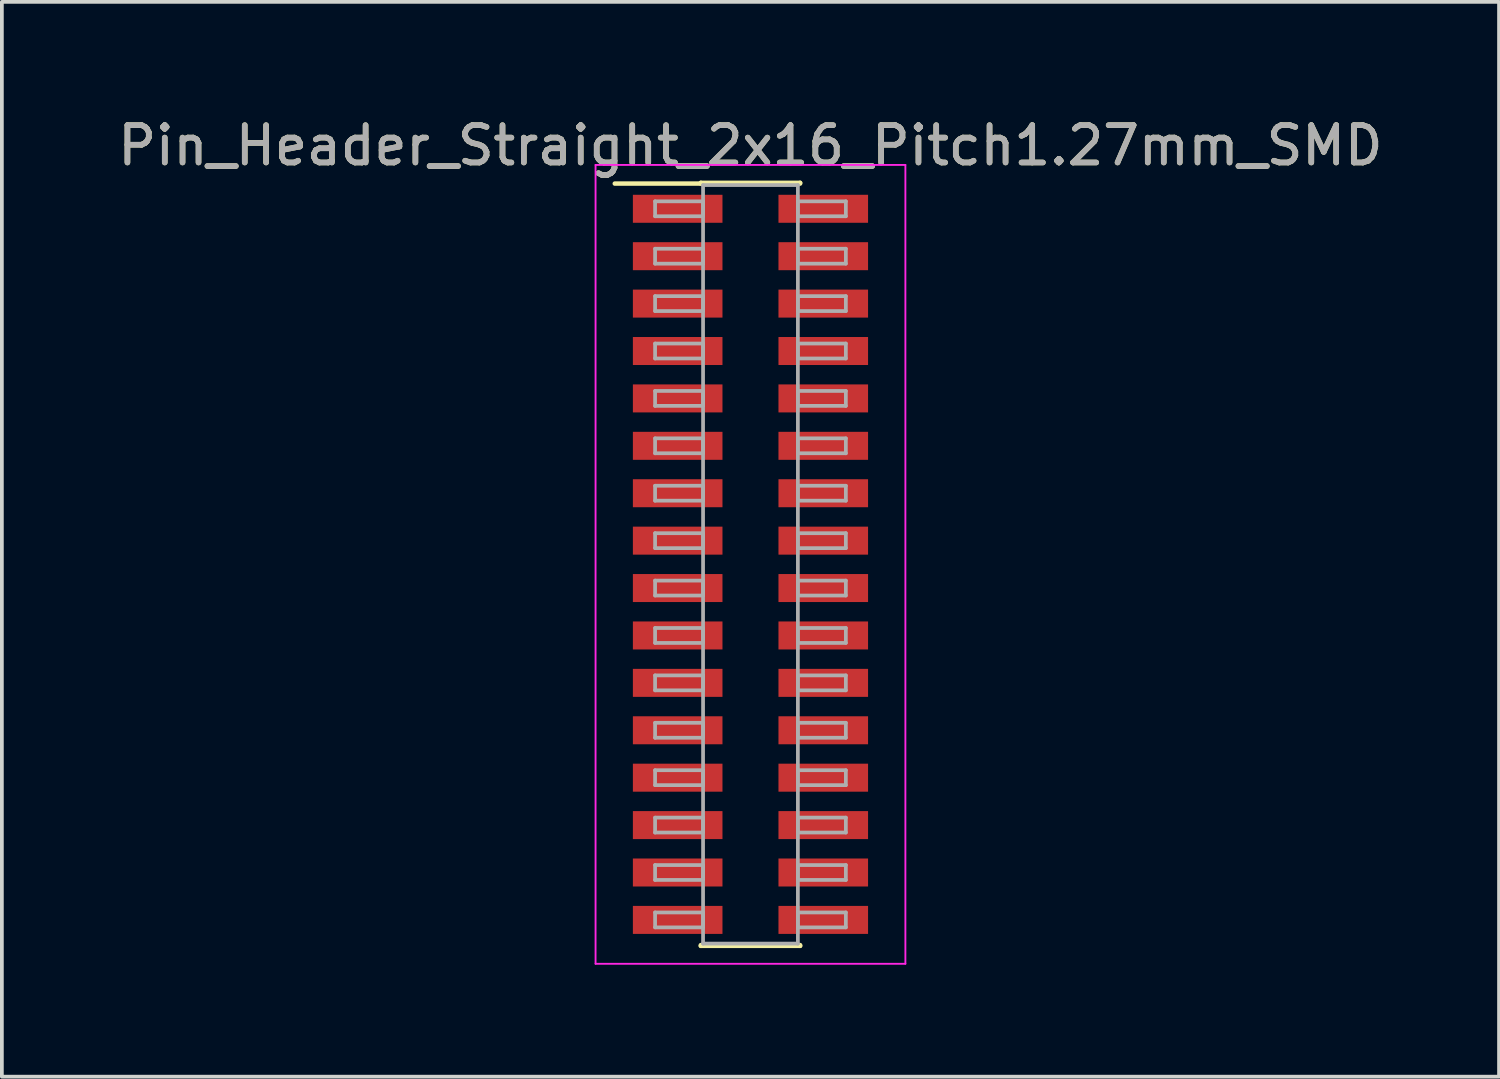
<source format=kicad_pcb>
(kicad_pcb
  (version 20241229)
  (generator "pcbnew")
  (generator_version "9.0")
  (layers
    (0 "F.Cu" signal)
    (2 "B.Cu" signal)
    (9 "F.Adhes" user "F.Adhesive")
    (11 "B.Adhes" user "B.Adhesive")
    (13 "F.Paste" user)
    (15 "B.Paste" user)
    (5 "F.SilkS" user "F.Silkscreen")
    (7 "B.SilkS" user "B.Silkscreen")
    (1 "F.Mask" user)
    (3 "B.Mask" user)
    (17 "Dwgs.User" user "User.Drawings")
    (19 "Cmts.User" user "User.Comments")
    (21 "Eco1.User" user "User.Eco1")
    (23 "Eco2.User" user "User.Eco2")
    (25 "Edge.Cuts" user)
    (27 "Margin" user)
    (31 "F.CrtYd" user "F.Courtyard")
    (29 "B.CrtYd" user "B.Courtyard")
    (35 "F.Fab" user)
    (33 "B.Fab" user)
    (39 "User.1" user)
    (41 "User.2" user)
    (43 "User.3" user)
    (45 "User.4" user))
  (footprint "Pin_Header_Straight_2x16_Pitch1.27mm_SMD"
    (layer "F.Cu")
    (at 17.054 12.068)
    (property "Reference" "Pin_Header_Straight_2x16_Pitch1.27mm_SMD" (at 0 -11.22 0) (layer "F.SilkS") (effects (font (size 1 1) (thickness 0.15))))
    (attr smd)
    (fp_line (start -3.635 -10.2) (end -1.33 -10.2) (stroke (width 0.12) (type solid)) (layer "F.SilkS"))
    (fp_line (start -1.33 -10.22) (end 1.33 -10.22) (stroke (width 0.12) (type solid)) (layer "F.SilkS"))
    (fp_line (start -1.33 -10.2) (end -1.33 -10.22) (stroke (width 0.12) (type solid)) (layer "F.SilkS"))
    (fp_line (start -1.33 10.2) (end -1.33 10.22) (stroke (width 0.12) (type solid)) (layer "F.SilkS"))
    (fp_line (start -1.33 10.22) (end 1.33 10.22) (stroke (width 0.12) (type solid)) (layer "F.SilkS"))
    (fp_line (start 1.33 -10.22) (end 1.33 -10.2) (stroke (width 0.12) (type solid)) (layer "F.SilkS"))
    (fp_line (start 1.33 10.22) (end 1.33 10.2) (stroke (width 0.12) (type solid)) (layer "F.SilkS"))
    (fp_line (start -4.15 -10.7) (end -4.15 10.7) (stroke (width 0.05) (type solid)) (layer "F.CrtYd"))
    (fp_line (start -4.15 10.7) (end 4.15 10.7) (stroke (width 0.05) (type solid)) (layer "F.CrtYd"))
    (fp_line (start 4.15 -10.7) (end -4.15 -10.7) (stroke (width 0.05) (type solid)) (layer "F.CrtYd"))
    (fp_line (start 4.15 10.7) (end 4.15 -10.7) (stroke (width 0.05) (type solid)) (layer "F.CrtYd"))
    (fp_line (start -2.555 -9.725) (end -1.27 -9.725) (stroke (width 0.1) (type solid)) (layer "F.Fab"))
    (fp_line (start -2.555 -9.325) (end -2.555 -9.725) (stroke (width 0.1) (type solid)) (layer "F.Fab"))
    (fp_line (start -2.555 -8.455) (end -1.27 -8.455) (stroke (width 0.1) (type solid)) (layer "F.Fab"))
    (fp_line (start -2.555 -8.055) (end -2.555 -8.455) (stroke (width 0.1) (type solid)) (layer "F.Fab"))
    (fp_line (start -2.555 -7.185) (end -1.27 -7.185) (stroke (width 0.1) (type solid)) (layer "F.Fab"))
    (fp_line (start -2.555 -6.785) (end -2.555 -7.185) (stroke (width 0.1) (type solid)) (layer "F.Fab"))
    (fp_line (start -2.555 -5.915) (end -1.27 -5.915) (stroke (width 0.1) (type solid)) (layer "F.Fab"))
    (fp_line (start -2.555 -5.515) (end -2.555 -5.915) (stroke (width 0.1) (type solid)) (layer "F.Fab"))
    (fp_line (start -2.555 -4.645) (end -1.27 -4.645) (stroke (width 0.1) (type solid)) (layer "F.Fab"))
    (fp_line (start -2.555 -4.245) (end -2.555 -4.645) (stroke (width 0.1) (type solid)) (layer "F.Fab"))
    (fp_line (start -2.555 -3.375) (end -1.27 -3.375) (stroke (width 0.1) (type solid)) (layer "F.Fab"))
    (fp_line (start -2.555 -2.975) (end -2.555 -3.375) (stroke (width 0.1) (type solid)) (layer "F.Fab"))
    (fp_line (start -2.555 -2.105) (end -1.27 -2.105) (stroke (width 0.1) (type solid)) (layer "F.Fab"))
    (fp_line (start -2.555 -1.705) (end -2.555 -2.105) (stroke (width 0.1) (type solid)) (layer "F.Fab"))
    (fp_line (start -2.555 -0.835) (end -1.27 -0.835) (stroke (width 0.1) (type solid)) (layer "F.Fab"))
    (fp_line (start -2.555 -0.435) (end -2.555 -0.835) (stroke (width 0.1) (type solid)) (layer "F.Fab"))
    (fp_line (start -2.555 0.435) (end -1.27 0.435) (stroke (width 0.1) (type solid)) (layer "F.Fab"))
    (fp_line (start -2.555 0.835) (end -2.555 0.435) (stroke (width 0.1) (type solid)) (layer "F.Fab"))
    (fp_line (start -2.555 1.705) (end -1.27 1.705) (stroke (width 0.1) (type solid)) (layer "F.Fab"))
    (fp_line (start -2.555 2.105) (end -2.555 1.705) (stroke (width 0.1) (type solid)) (layer "F.Fab"))
    (fp_line (start -2.555 2.975) (end -1.27 2.975) (stroke (width 0.1) (type solid)) (layer "F.Fab"))
    (fp_line (start -2.555 3.375) (end -2.555 2.975) (stroke (width 0.1) (type solid)) (layer "F.Fab"))
    (fp_line (start -2.555 4.245) (end -1.27 4.245) (stroke (width 0.1) (type solid)) (layer "F.Fab"))
    (fp_line (start -2.555 4.645) (end -2.555 4.245) (stroke (width 0.1) (type solid)) (layer "F.Fab"))
    (fp_line (start -2.555 5.515) (end -1.27 5.515) (stroke (width 0.1) (type solid)) (layer "F.Fab"))
    (fp_line (start -2.555 5.915) (end -2.555 5.515) (stroke (width 0.1) (type solid)) (layer "F.Fab"))
    (fp_line (start -2.555 6.785) (end -1.27 6.785) (stroke (width 0.1) (type solid)) (layer "F.Fab"))
    (fp_line (start -2.555 7.185) (end -2.555 6.785) (stroke (width 0.1) (type solid)) (layer "F.Fab"))
    (fp_line (start -2.555 8.055) (end -1.27 8.055) (stroke (width 0.1) (type solid)) (layer "F.Fab"))
    (fp_line (start -2.555 8.455) (end -2.555 8.055) (stroke (width 0.1) (type solid)) (layer "F.Fab"))
    (fp_line (start -2.555 9.325) (end -1.27 9.325) (stroke (width 0.1) (type solid)) (layer "F.Fab"))
    (fp_line (start -2.555 9.725) (end -2.555 9.325) (stroke (width 0.1) (type solid)) (layer "F.Fab"))
    (fp_line (start -1.27 -10.16) (end -1.27 10.16) (stroke (width 0.1) (type solid)) (layer "F.Fab"))
    (fp_line (start -1.27 -9.725) (end -1.27 -9.325) (stroke (width 0.1) (type solid)) (layer "F.Fab"))
    (fp_line (start -1.27 -9.325) (end -2.555 -9.325) (stroke (width 0.1) (type solid)) (layer "F.Fab"))
    (fp_line (start -1.27 -8.455) (end -1.27 -8.055) (stroke (width 0.1) (type solid)) (layer "F.Fab"))
    (fp_line (start -1.27 -8.055) (end -2.555 -8.055) (stroke (width 0.1) (type solid)) (layer "F.Fab"))
    (fp_line (start -1.27 -7.185) (end -1.27 -6.785) (stroke (width 0.1) (type solid)) (layer "F.Fab"))
    (fp_line (start -1.27 -6.785) (end -2.555 -6.785) (stroke (width 0.1) (type solid)) (layer "F.Fab"))
    (fp_line (start -1.27 -5.915) (end -1.27 -5.515) (stroke (width 0.1) (type solid)) (layer "F.Fab"))
    (fp_line (start -1.27 -5.515) (end -2.555 -5.515) (stroke (width 0.1) (type solid)) (layer "F.Fab"))
    (fp_line (start -1.27 -4.645) (end -1.27 -4.245) (stroke (width 0.1) (type solid)) (layer "F.Fab"))
    (fp_line (start -1.27 -4.245) (end -2.555 -4.245) (stroke (width 0.1) (type solid)) (layer "F.Fab"))
    (fp_line (start -1.27 -3.375) (end -1.27 -2.975) (stroke (width 0.1) (type solid)) (layer "F.Fab"))
    (fp_line (start -1.27 -2.975) (end -2.555 -2.975) (stroke (width 0.1) (type solid)) (layer "F.Fab"))
    (fp_line (start -1.27 -2.105) (end -1.27 -1.705) (stroke (width 0.1) (type solid)) (layer "F.Fab"))
    (fp_line (start -1.27 -1.705) (end -2.555 -1.705) (stroke (width 0.1) (type solid)) (layer "F.Fab"))
    (fp_line (start -1.27 -0.835) (end -1.27 -0.435) (stroke (width 0.1) (type solid)) (layer "F.Fab"))
    (fp_line (start -1.27 -0.435) (end -2.555 -0.435) (stroke (width 0.1) (type solid)) (layer "F.Fab"))
    (fp_line (start -1.27 0.435) (end -1.27 0.835) (stroke (width 0.1) (type solid)) (layer "F.Fab"))
    (fp_line (start -1.27 0.835) (end -2.555 0.835) (stroke (width 0.1) (type solid)) (layer "F.Fab"))
    (fp_line (start -1.27 1.705) (end -1.27 2.105) (stroke (width 0.1) (type solid)) (layer "F.Fab"))
    (fp_line (start -1.27 2.105) (end -2.555 2.105) (stroke (width 0.1) (type solid)) (layer "F.Fab"))
    (fp_line (start -1.27 2.975) (end -1.27 3.375) (stroke (width 0.1) (type solid)) (layer "F.Fab"))
    (fp_line (start -1.27 3.375) (end -2.555 3.375) (stroke (width 0.1) (type solid)) (layer "F.Fab"))
    (fp_line (start -1.27 4.245) (end -1.27 4.645) (stroke (width 0.1) (type solid)) (layer "F.Fab"))
    (fp_line (start -1.27 4.645) (end -2.555 4.645) (stroke (width 0.1) (type solid)) (layer "F.Fab"))
    (fp_line (start -1.27 5.515) (end -1.27 5.915) (stroke (width 0.1) (type solid)) (layer "F.Fab"))
    (fp_line (start -1.27 5.915) (end -2.555 5.915) (stroke (width 0.1) (type solid)) (layer "F.Fab"))
    (fp_line (start -1.27 6.785) (end -1.27 7.185) (stroke (width 0.1) (type solid)) (layer "F.Fab"))
    (fp_line (start -1.27 7.185) (end -2.555 7.185) (stroke (width 0.1) (type solid)) (layer "F.Fab"))
    (fp_line (start -1.27 8.055) (end -1.27 8.455) (stroke (width 0.1) (type solid)) (layer "F.Fab"))
    (fp_line (start -1.27 8.455) (end -2.555 8.455) (stroke (width 0.1) (type solid)) (layer "F.Fab"))
    (fp_line (start -1.27 9.325) (end -1.27 9.725) (stroke (width 0.1) (type solid)) (layer "F.Fab"))
    (fp_line (start -1.27 9.725) (end -2.555 9.725) (stroke (width 0.1) (type solid)) (layer "F.Fab"))
    (fp_line (start -1.27 10.16) (end 1.27 10.16) (stroke (width 0.1) (type solid)) (layer "F.Fab"))
    (fp_line (start 1.27 -10.16) (end -1.27 -10.16) (stroke (width 0.1) (type solid)) (layer "F.Fab"))
    (fp_line (start 1.27 -9.725) (end 1.27 -9.325) (stroke (width 0.1) (type solid)) (layer "F.Fab"))
    (fp_line (start 1.27 -9.325) (end 2.555 -9.325) (stroke (width 0.1) (type solid)) (layer "F.Fab"))
    (fp_line (start 1.27 -8.455) (end 1.27 -8.055) (stroke (width 0.1) (type solid)) (layer "F.Fab"))
    (fp_line (start 1.27 -8.055) (end 2.555 -8.055) (stroke (width 0.1) (type solid)) (layer "F.Fab"))
    (fp_line (start 1.27 -7.185) (end 1.27 -6.785) (stroke (width 0.1) (type solid)) (layer "F.Fab"))
    (fp_line (start 1.27 -6.785) (end 2.555 -6.785) (stroke (width 0.1) (type solid)) (layer "F.Fab"))
    (fp_line (start 1.27 -5.915) (end 1.27 -5.515) (stroke (width 0.1) (type solid)) (layer "F.Fab"))
    (fp_line (start 1.27 -5.515) (end 2.555 -5.515) (stroke (width 0.1) (type solid)) (layer "F.Fab"))
    (fp_line (start 1.27 -4.645) (end 1.27 -4.245) (stroke (width 0.1) (type solid)) (layer "F.Fab"))
    (fp_line (start 1.27 -4.245) (end 2.555 -4.245) (stroke (width 0.1) (type solid)) (layer "F.Fab"))
    (fp_line (start 1.27 -3.375) (end 1.27 -2.975) (stroke (width 0.1) (type solid)) (layer "F.Fab"))
    (fp_line (start 1.27 -2.975) (end 2.555 -2.975) (stroke (width 0.1) (type solid)) (layer "F.Fab"))
    (fp_line (start 1.27 -2.105) (end 1.27 -1.705) (stroke (width 0.1) (type solid)) (layer "F.Fab"))
    (fp_line (start 1.27 -1.705) (end 2.555 -1.705) (stroke (width 0.1) (type solid)) (layer "F.Fab"))
    (fp_line (start 1.27 -0.835) (end 1.27 -0.435) (stroke (width 0.1) (type solid)) (layer "F.Fab"))
    (fp_line (start 1.27 -0.435) (end 2.555 -0.435) (stroke (width 0.1) (type solid)) (layer "F.Fab"))
    (fp_line (start 1.27 0.435) (end 1.27 0.835) (stroke (width 0.1) (type solid)) (layer "F.Fab"))
    (fp_line (start 1.27 0.835) (end 2.555 0.835) (stroke (width 0.1) (type solid)) (layer "F.Fab"))
    (fp_line (start 1.27 1.705) (end 1.27 2.105) (stroke (width 0.1) (type solid)) (layer "F.Fab"))
    (fp_line (start 1.27 2.105) (end 2.555 2.105) (stroke (width 0.1) (type solid)) (layer "F.Fab"))
    (fp_line (start 1.27 2.975) (end 1.27 3.375) (stroke (width 0.1) (type solid)) (layer "F.Fab"))
    (fp_line (start 1.27 3.375) (end 2.555 3.375) (stroke (width 0.1) (type solid)) (layer "F.Fab"))
    (fp_line (start 1.27 4.245) (end 1.27 4.645) (stroke (width 0.1) (type solid)) (layer "F.Fab"))
    (fp_line (start 1.27 4.645) (end 2.555 4.645) (stroke (width 0.1) (type solid)) (layer "F.Fab"))
    (fp_line (start 1.27 5.515) (end 1.27 5.915) (stroke (width 0.1) (type solid)) (layer "F.Fab"))
    (fp_line (start 1.27 5.915) (end 2.555 5.915) (stroke (width 0.1) (type solid)) (layer "F.Fab"))
    (fp_line (start 1.27 6.785) (end 1.27 7.185) (stroke (width 0.1) (type solid)) (layer "F.Fab"))
    (fp_line (start 1.27 7.185) (end 2.555 7.185) (stroke (width 0.1) (type solid)) (layer "F.Fab"))
    (fp_line (start 1.27 8.055) (end 1.27 8.455) (stroke (width 0.1) (type solid)) (layer "F.Fab"))
    (fp_line (start 1.27 8.455) (end 2.555 8.455) (stroke (width 0.1) (type solid)) (layer "F.Fab"))
    (fp_line (start 1.27 9.325) (end 1.27 9.725) (stroke (width 0.1) (type solid)) (layer "F.Fab"))
    (fp_line (start 1.27 9.725) (end 2.555 9.725) (stroke (width 0.1) (type solid)) (layer "F.Fab"))
    (fp_line (start 1.27 10.16) (end 1.27 -10.16) (stroke (width 0.1) (type solid)) (layer "F.Fab"))
    (fp_line (start 2.555 -9.725) (end 1.27 -9.725) (stroke (width 0.1) (type solid)) (layer "F.Fab"))
    (fp_line (start 2.555 -9.325) (end 2.555 -9.725) (stroke (width 0.1) (type solid)) (layer "F.Fab"))
    (fp_line (start 2.555 -8.455) (end 1.27 -8.455) (stroke (width 0.1) (type solid)) (layer "F.Fab"))
    (fp_line (start 2.555 -8.055) (end 2.555 -8.455) (stroke (width 0.1) (type solid)) (layer "F.Fab"))
    (fp_line (start 2.555 -7.185) (end 1.27 -7.185) (stroke (width 0.1) (type solid)) (layer "F.Fab"))
    (fp_line (start 2.555 -6.785) (end 2.555 -7.185) (stroke (width 0.1) (type solid)) (layer "F.Fab"))
    (fp_line (start 2.555 -5.915) (end 1.27 -5.915) (stroke (width 0.1) (type solid)) (layer "F.Fab"))
    (fp_line (start 2.555 -5.515) (end 2.555 -5.915) (stroke (width 0.1) (type solid)) (layer "F.Fab"))
    (fp_line (start 2.555 -4.645) (end 1.27 -4.645) (stroke (width 0.1) (type solid)) (layer "F.Fab"))
    (fp_line (start 2.555 -4.245) (end 2.555 -4.645) (stroke (width 0.1) (type solid)) (layer "F.Fab"))
    (fp_line (start 2.555 -3.375) (end 1.27 -3.375) (stroke (width 0.1) (type solid)) (layer "F.Fab"))
    (fp_line (start 2.555 -2.975) (end 2.555 -3.375) (stroke (width 0.1) (type solid)) (layer "F.Fab"))
    (fp_line (start 2.555 -2.105) (end 1.27 -2.105) (stroke (width 0.1) (type solid)) (layer "F.Fab"))
    (fp_line (start 2.555 -1.705) (end 2.555 -2.105) (stroke (width 0.1) (type solid)) (layer "F.Fab"))
    (fp_line (start 2.555 -0.835) (end 1.27 -0.835) (stroke (width 0.1) (type solid)) (layer "F.Fab"))
    (fp_line (start 2.555 -0.435) (end 2.555 -0.835) (stroke (width 0.1) (type solid)) (layer "F.Fab"))
    (fp_line (start 2.555 0.435) (end 1.27 0.435) (stroke (width 0.1) (type solid)) (layer "F.Fab"))
    (fp_line (start 2.555 0.835) (end 2.555 0.435) (stroke (width 0.1) (type solid)) (layer "F.Fab"))
    (fp_line (start 2.555 1.705) (end 1.27 1.705) (stroke (width 0.1) (type solid)) (layer "F.Fab"))
    (fp_line (start 2.555 2.105) (end 2.555 1.705) (stroke (width 0.1) (type solid)) (layer "F.Fab"))
    (fp_line (start 2.555 2.975) (end 1.27 2.975) (stroke (width 0.1) (type solid)) (layer "F.Fab"))
    (fp_line (start 2.555 3.375) (end 2.555 2.975) (stroke (width 0.1) (type solid)) (layer "F.Fab"))
    (fp_line (start 2.555 4.245) (end 1.27 4.245) (stroke (width 0.1) (type solid)) (layer "F.Fab"))
    (fp_line (start 2.555 4.645) (end 2.555 4.245) (stroke (width 0.1) (type solid)) (layer "F.Fab"))
    (fp_line (start 2.555 5.515) (end 1.27 5.515) (stroke (width 0.1) (type solid)) (layer "F.Fab"))
    (fp_line (start 2.555 5.915) (end 2.555 5.515) (stroke (width 0.1) (type solid)) (layer "F.Fab"))
    (fp_line (start 2.555 6.785) (end 1.27 6.785) (stroke (width 0.1) (type solid)) (layer "F.Fab"))
    (fp_line (start 2.555 7.185) (end 2.555 6.785) (stroke (width 0.1) (type solid)) (layer "F.Fab"))
    (fp_line (start 2.555 8.055) (end 1.27 8.055) (stroke (width 0.1) (type solid)) (layer "F.Fab"))
    (fp_line (start 2.555 8.455) (end 2.555 8.055) (stroke (width 0.1) (type solid)) (layer "F.Fab"))
    (fp_line (start 2.555 9.325) (end 1.27 9.325) (stroke (width 0.1) (type solid)) (layer "F.Fab"))
    (fp_line (start 2.555 9.725) (end 2.555 9.325) (stroke (width 0.1) (type solid)) (layer "F.Fab"))
    (fp_text user "${REFERENCE}" (at 0 -11.22 0) (layer "F.Fab") (effects (font (size 1 1) (thickness 0.15))))
    (pad "1" smd rect (at -1.95 -9.525) (size 2.4 0.75) (layers "F.Cu" "F.Mask" "F.Paste"))
    (pad "2" smd rect (at 1.95 -9.525) (size 2.4 0.75) (layers "F.Cu" "F.Mask" "F.Paste"))
    (pad "3" smd rect (at -1.95 -8.255) (size 2.4 0.75) (layers "F.Cu" "F.Mask" "F.Paste"))
    (pad "4" smd rect (at 1.95 -8.255) (size 2.4 0.75) (layers "F.Cu" "F.Mask" "F.Paste"))
    (pad "5" smd rect (at -1.95 -6.985) (size 2.4 0.75) (layers "F.Cu" "F.Mask" "F.Paste"))
    (pad "6" smd rect (at 1.95 -6.985) (size 2.4 0.75) (layers "F.Cu" "F.Mask" "F.Paste"))
    (pad "7" smd rect (at -1.95 -5.715) (size 2.4 0.75) (layers "F.Cu" "F.Mask" "F.Paste"))
    (pad "8" smd rect (at 1.95 -5.715) (size 2.4 0.75) (layers "F.Cu" "F.Mask" "F.Paste"))
    (pad "9" smd rect (at -1.95 -4.445) (size 2.4 0.75) (layers "F.Cu" "F.Mask" "F.Paste"))
    (pad "10" smd rect (at 1.95 -4.445) (size 2.4 0.75) (layers "F.Cu" "F.Mask" "F.Paste"))
    (pad "11" smd rect (at -1.95 -3.175) (size 2.4 0.75) (layers "F.Cu" "F.Mask" "F.Paste"))
    (pad "12" smd rect (at 1.95 -3.175) (size 2.4 0.75) (layers "F.Cu" "F.Mask" "F.Paste"))
    (pad "13" smd rect (at -1.95 -1.905) (size 2.4 0.75) (layers "F.Cu" "F.Mask" "F.Paste"))
    (pad "14" smd rect (at 1.95 -1.905) (size 2.4 0.75) (layers "F.Cu" "F.Mask" "F.Paste"))
    (pad "15" smd rect (at -1.95 -0.635) (size 2.4 0.75) (layers "F.Cu" "F.Mask" "F.Paste"))
    (pad "16" smd rect (at 1.95 -0.635) (size 2.4 0.75) (layers "F.Cu" "F.Mask" "F.Paste"))
    (pad "17" smd rect (at -1.95 0.635) (size 2.4 0.75) (layers "F.Cu" "F.Mask" "F.Paste"))
    (pad "18" smd rect (at 1.95 0.635) (size 2.4 0.75) (layers "F.Cu" "F.Mask" "F.Paste"))
    (pad "19" smd rect (at -1.95 1.905) (size 2.4 0.75) (layers "F.Cu" "F.Mask" "F.Paste"))
    (pad "20" smd rect (at 1.95 1.905) (size 2.4 0.75) (layers "F.Cu" "F.Mask" "F.Paste"))
    (pad "21" smd rect (at -1.95 3.175) (size 2.4 0.75) (layers "F.Cu" "F.Mask" "F.Paste"))
    (pad "22" smd rect (at 1.95 3.175) (size 2.4 0.75) (layers "F.Cu" "F.Mask" "F.Paste"))
    (pad "23" smd rect (at -1.95 4.445) (size 2.4 0.75) (layers "F.Cu" "F.Mask" "F.Paste"))
    (pad "24" smd rect (at 1.95 4.445) (size 2.4 0.75) (layers "F.Cu" "F.Mask" "F.Paste"))
    (pad "25" smd rect (at -1.95 5.715) (size 2.4 0.75) (layers "F.Cu" "F.Mask" "F.Paste"))
    (pad "26" smd rect (at 1.95 5.715) (size 2.4 0.75) (layers "F.Cu" "F.Mask" "F.Paste"))
    (pad "27" smd rect (at -1.95 6.985) (size 2.4 0.75) (layers "F.Cu" "F.Mask" "F.Paste"))
    (pad "28" smd rect (at 1.95 6.985) (size 2.4 0.75) (layers "F.Cu" "F.Mask" "F.Paste"))
    (pad "29" smd rect (at -1.95 8.255) (size 2.4 0.75) (layers "F.Cu" "F.Mask" "F.Paste"))
    (pad "30" smd rect (at 1.95 8.255) (size 2.4 0.75) (layers "F.Cu" "F.Mask" "F.Paste"))
    (pad "31" smd rect (at -1.95 9.525) (size 2.4 0.75) (layers "F.Cu" "F.Mask" "F.Paste"))
    (pad "32" smd rect (at 1.95 9.525) (size 2.4 0.75) (layers "F.Cu" "F.Mask" "F.Paste")))
  (gr_rect
    (start -3 -3)
    (end 37.107 25.793)
    (stroke (width 0.1) (type default))
    (fill no)
    (layer "Edge.Cuts")))
</source>
